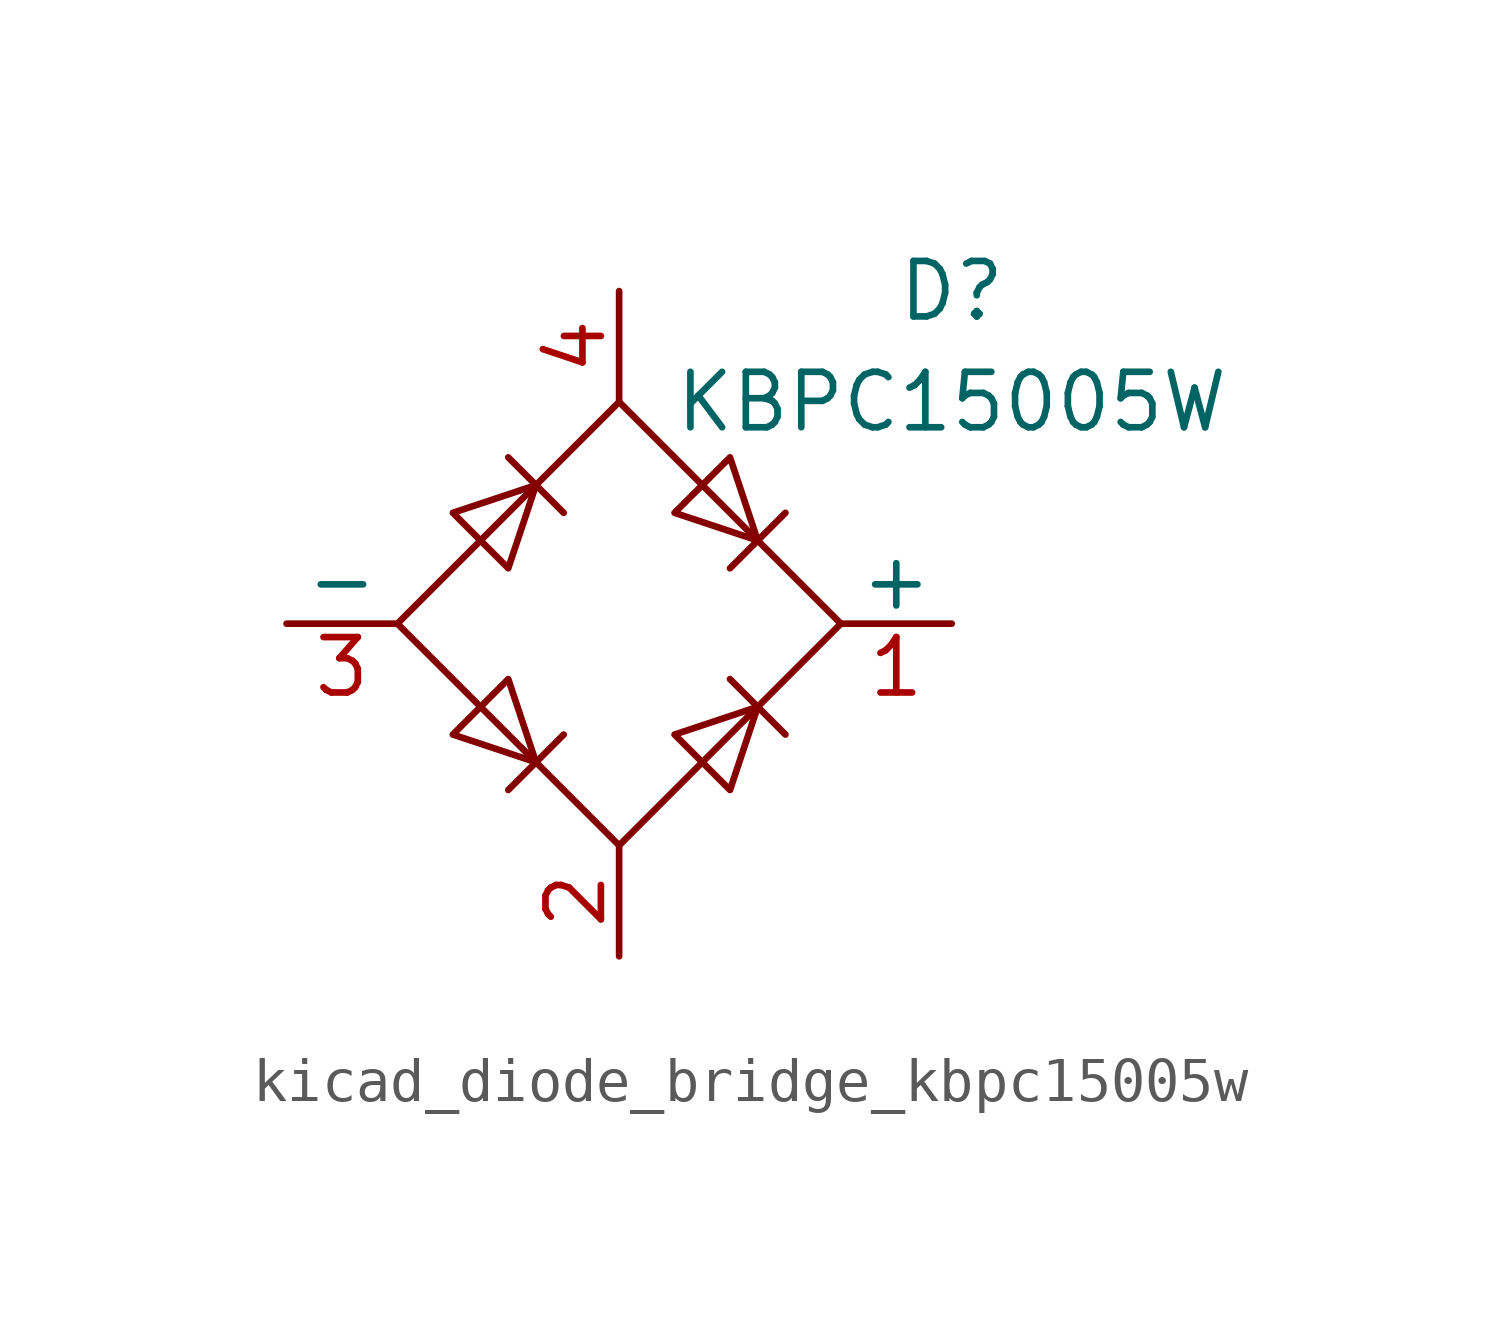
<source format=kicad_sym>
(kicad_symbol_lib
  (version 20220914)
  (generator kicad_symbol_editor)
  (symbol "kicad_diode_bridge_kbpc15005w"
    (pin_names
      (offset 0))
    (property "Reference" "D"
      (at 7.62 7.62 0)
      (effects (font (size 1.27 1.27))))
    (property "Value" "KBPC15005W"
      (at 7.62 5.08 0)
      (effects (font (size 1.27 1.27))))
    (symbol "kicad_diode_bridge_kbpc15005w_0_1"
      (polyline (pts (xy -2.54 3.81) (xy -1.27 2.54)) (stroke (width 0) (type default)) (fill (type none)))
      (polyline (pts (xy -1.27 -2.54) (xy -2.54 -3.81)) (stroke (width 0) (type default)) (fill (type none)))
      (polyline (pts (xy 2.54 -1.27) (xy 3.81 -2.54)) (stroke (width 0) (type default)) (fill (type none)))
      (polyline (pts (xy 2.54 1.27) (xy 3.81 2.54)) (stroke (width 0) (type default)) (fill (type none)))
      (polyline (pts (xy -3.81 2.54) (xy -2.54 1.27) (xy -1.905 3.175) (xy -3.81 2.54)) (stroke (width 0) (type default)) (fill (type none)))
      (polyline (pts (xy -2.54 -1.27) (xy -3.81 -2.54) (xy -1.905 -3.175) (xy -2.54 -1.27)) (stroke (width 0) (type default)) (fill (type none)))
      (polyline (pts (xy 1.27 2.54) (xy 2.54 3.81) (xy 3.175 1.905) (xy 1.27 2.54)) (stroke (width 0) (type default)) (fill (type none)))
      (polyline (pts (xy 3.175 -1.905) (xy 1.27 -2.54) (xy 2.54 -3.81) (xy 3.175 -1.905)) (stroke (width 0) (type default)) (fill (type none)))
      (polyline (pts (xy -5.08 0) (xy 0 -5.08) (xy 5.08 0) (xy 0 5.08) (xy -5.08 0)) (stroke (width 0) (type default)) (fill (type none))))
    (symbol "kicad_diode_bridge_kbpc15005w_1_1"
      (pin passive line (at 7.62 0 180) (length 2.54) (name "+" (effects (font (size 1.27 1.27)))) (number "1" (effects (font (size 1.27 1.27)))))
      (pin passive line (at 0 -7.62 90) (length 2.54) (name "~" (effects (font (size 1.27 1.27)))) (number "2" (effects (font (size 1.27 1.27)))))
      (pin passive line (at -7.62 0 0) (length 2.54) (name "-" (effects (font (size 1.27 1.27)))) (number "3" (effects (font (size 1.27 1.27)))))
      (pin passive line (at 0 7.62 270) (length 2.54) (name "~" (effects (font (size 1.27 1.27)))) (number "4" (effects (font (size 1.27 1.27))))))))
</source>
